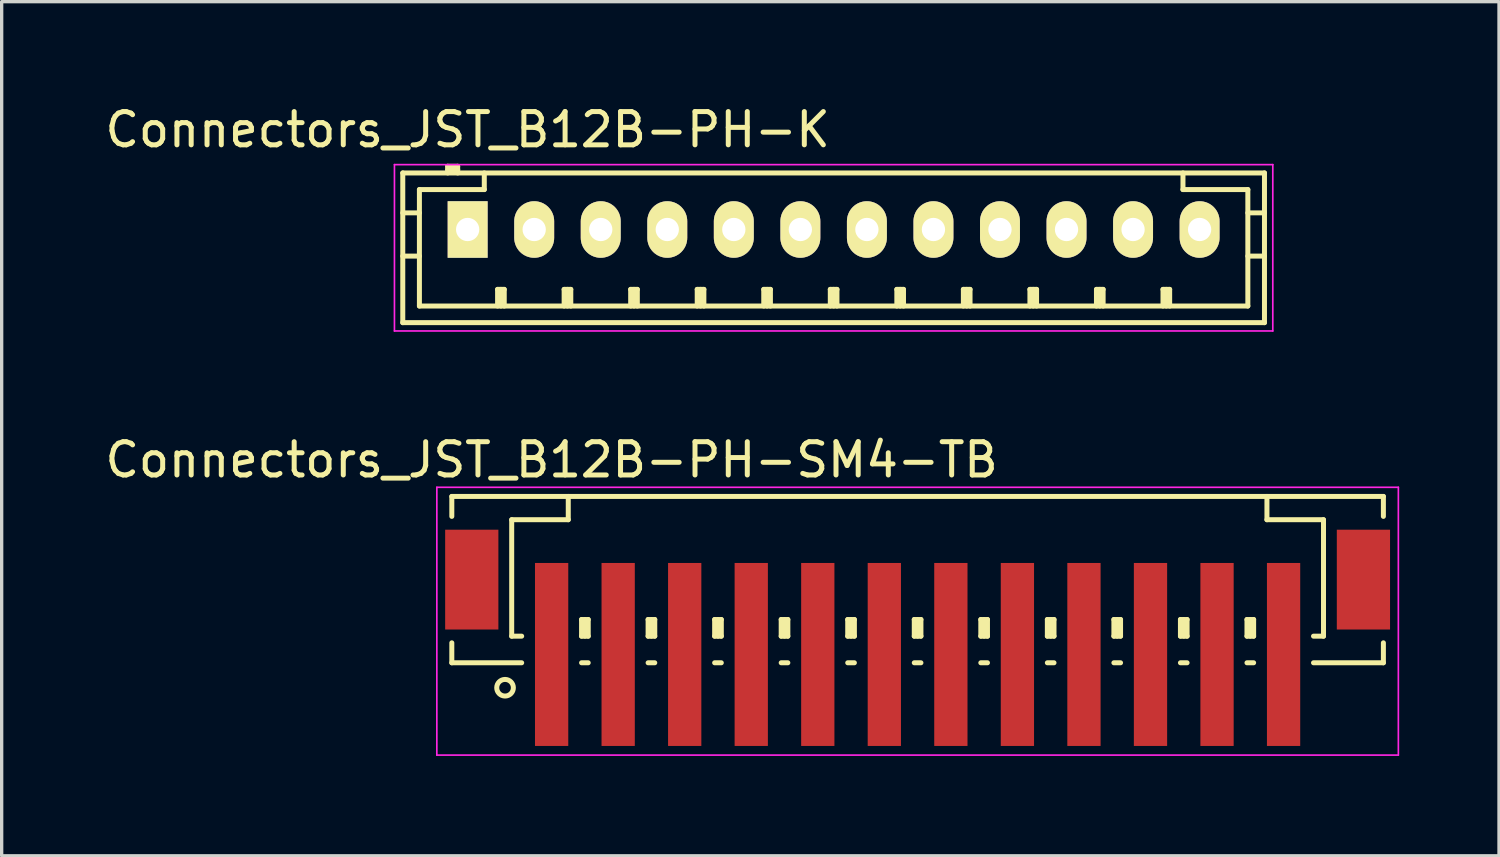
<source format=kicad_pcb>
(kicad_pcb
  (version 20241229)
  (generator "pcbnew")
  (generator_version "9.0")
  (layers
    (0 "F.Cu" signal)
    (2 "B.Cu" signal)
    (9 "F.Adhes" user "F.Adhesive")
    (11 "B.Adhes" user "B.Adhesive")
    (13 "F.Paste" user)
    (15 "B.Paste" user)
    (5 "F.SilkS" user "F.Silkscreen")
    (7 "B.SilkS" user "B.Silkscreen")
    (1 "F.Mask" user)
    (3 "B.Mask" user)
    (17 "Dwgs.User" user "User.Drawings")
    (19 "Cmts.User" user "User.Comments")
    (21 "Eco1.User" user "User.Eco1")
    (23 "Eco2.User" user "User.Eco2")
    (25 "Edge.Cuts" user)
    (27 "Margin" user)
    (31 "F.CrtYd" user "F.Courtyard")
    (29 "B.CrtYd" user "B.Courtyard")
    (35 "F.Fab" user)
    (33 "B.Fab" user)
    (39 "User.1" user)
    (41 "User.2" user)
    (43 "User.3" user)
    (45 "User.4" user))
  (footprint "Connectors_JST_B12B-PH-K"
    (layer "F.Cu")
    (at 11.006 3.848)
    (property "Reference" "Connectors_JST_B12B-PH-K" (at 0 -3 0) (layer "F.SilkS") (effects (font (size 1 1) (thickness 0.15))))
    (attr through_hole)
    (fp_line (start -1.95 -1.7) (end 23.95 -1.7) (stroke (width 0.15) (type solid)) (layer "F.SilkS"))
    (fp_line (start -1.95 -0.5) (end -1.45 -0.5) (stroke (width 0.15) (type solid)) (layer "F.SilkS"))
    (fp_line (start -1.95 0.8) (end -1.45 0.8) (stroke (width 0.15) (type solid)) (layer "F.SilkS"))
    (fp_line (start -1.95 2.8) (end -1.95 -1.7) (stroke (width 0.15) (type solid)) (layer "F.SilkS"))
    (fp_line (start -1.45 -1.2) (end -1.45 2.3) (stroke (width 0.15) (type solid)) (layer "F.SilkS"))
    (fp_line (start -1.45 2.3) (end 23.45 2.3) (stroke (width 0.15) (type solid)) (layer "F.SilkS"))
    (fp_line (start -0.6 -1.9) (end -0.6 -1.7) (stroke (width 0.15) (type solid)) (layer "F.SilkS"))
    (fp_line (start -0.3 -1.9) (end -0.6 -1.9) (stroke (width 0.15) (type solid)) (layer "F.SilkS"))
    (fp_line (start -0.3 -1.8) (end -0.6 -1.8) (stroke (width 0.15) (type solid)) (layer "F.SilkS"))
    (fp_line (start -0.3 -1.7) (end -0.3 -1.9) (stroke (width 0.15) (type solid)) (layer "F.SilkS"))
    (fp_line (start 0.5 -1.7) (end 0.5 -1.2) (stroke (width 0.15) (type solid)) (layer "F.SilkS"))
    (fp_line (start 0.5 -1.2) (end -1.45 -1.2) (stroke (width 0.15) (type solid)) (layer "F.SilkS"))
    (fp_line (start 0.9 1.8) (end 1.1 1.8) (stroke (width 0.15) (type solid)) (layer "F.SilkS"))
    (fp_line (start 0.9 2.3) (end 0.9 1.8) (stroke (width 0.15) (type solid)) (layer "F.SilkS"))
    (fp_line (start 1 2.3) (end 1 1.8) (stroke (width 0.15) (type solid)) (layer "F.SilkS"))
    (fp_line (start 1.1 1.8) (end 1.1 2.3) (stroke (width 0.15) (type solid)) (layer "F.SilkS"))
    (fp_line (start 2.9 1.8) (end 3.1 1.8) (stroke (width 0.15) (type solid)) (layer "F.SilkS"))
    (fp_line (start 2.9 2.3) (end 2.9 1.8) (stroke (width 0.15) (type solid)) (layer "F.SilkS"))
    (fp_line (start 3 2.3) (end 3 1.8) (stroke (width 0.15) (type solid)) (layer "F.SilkS"))
    (fp_line (start 3.1 1.8) (end 3.1 2.3) (stroke (width 0.15) (type solid)) (layer "F.SilkS"))
    (fp_line (start 4.9 1.8) (end 5.1 1.8) (stroke (width 0.15) (type solid)) (layer "F.SilkS"))
    (fp_line (start 4.9 2.3) (end 4.9 1.8) (stroke (width 0.15) (type solid)) (layer "F.SilkS"))
    (fp_line (start 5 2.3) (end 5 1.8) (stroke (width 0.15) (type solid)) (layer "F.SilkS"))
    (fp_line (start 5.1 1.8) (end 5.1 2.3) (stroke (width 0.15) (type solid)) (layer "F.SilkS"))
    (fp_line (start 6.9 1.8) (end 7.1 1.8) (stroke (width 0.15) (type solid)) (layer "F.SilkS"))
    (fp_line (start 6.9 2.3) (end 6.9 1.8) (stroke (width 0.15) (type solid)) (layer "F.SilkS"))
    (fp_line (start 7 2.3) (end 7 1.8) (stroke (width 0.15) (type solid)) (layer "F.SilkS"))
    (fp_line (start 7.1 1.8) (end 7.1 2.3) (stroke (width 0.15) (type solid)) (layer "F.SilkS"))
    (fp_line (start 8.9 1.8) (end 9.1 1.8) (stroke (width 0.15) (type solid)) (layer "F.SilkS"))
    (fp_line (start 8.9 2.3) (end 8.9 1.8) (stroke (width 0.15) (type solid)) (layer "F.SilkS"))
    (fp_line (start 9 2.3) (end 9 1.8) (stroke (width 0.15) (type solid)) (layer "F.SilkS"))
    (fp_line (start 9.1 1.8) (end 9.1 2.3) (stroke (width 0.15) (type solid)) (layer "F.SilkS"))
    (fp_line (start 10.9 1.8) (end 11.1 1.8) (stroke (width 0.15) (type solid)) (layer "F.SilkS"))
    (fp_line (start 10.9 2.3) (end 10.9 1.8) (stroke (width 0.15) (type solid)) (layer "F.SilkS"))
    (fp_line (start 11 2.3) (end 11 1.8) (stroke (width 0.15) (type solid)) (layer "F.SilkS"))
    (fp_line (start 11.1 1.8) (end 11.1 2.3) (stroke (width 0.15) (type solid)) (layer "F.SilkS"))
    (fp_line (start 12.9 1.8) (end 13.1 1.8) (stroke (width 0.15) (type solid)) (layer "F.SilkS"))
    (fp_line (start 12.9 2.3) (end 12.9 1.8) (stroke (width 0.15) (type solid)) (layer "F.SilkS"))
    (fp_line (start 13 2.3) (end 13 1.8) (stroke (width 0.15) (type solid)) (layer "F.SilkS"))
    (fp_line (start 13.1 1.8) (end 13.1 2.3) (stroke (width 0.15) (type solid)) (layer "F.SilkS"))
    (fp_line (start 14.9 1.8) (end 15.1 1.8) (stroke (width 0.15) (type solid)) (layer "F.SilkS"))
    (fp_line (start 14.9 2.3) (end 14.9 1.8) (stroke (width 0.15) (type solid)) (layer "F.SilkS"))
    (fp_line (start 15 2.3) (end 15 1.8) (stroke (width 0.15) (type solid)) (layer "F.SilkS"))
    (fp_line (start 15.1 1.8) (end 15.1 2.3) (stroke (width 0.15) (type solid)) (layer "F.SilkS"))
    (fp_line (start 16.9 1.8) (end 17.1 1.8) (stroke (width 0.15) (type solid)) (layer "F.SilkS"))
    (fp_line (start 16.9 2.3) (end 16.9 1.8) (stroke (width 0.15) (type solid)) (layer "F.SilkS"))
    (fp_line (start 17 2.3) (end 17 1.8) (stroke (width 0.15) (type solid)) (layer "F.SilkS"))
    (fp_line (start 17.1 1.8) (end 17.1 2.3) (stroke (width 0.15) (type solid)) (layer "F.SilkS"))
    (fp_line (start 18.9 1.8) (end 19.1 1.8) (stroke (width 0.15) (type solid)) (layer "F.SilkS"))
    (fp_line (start 18.9 2.3) (end 18.9 1.8) (stroke (width 0.15) (type solid)) (layer "F.SilkS"))
    (fp_line (start 19 2.3) (end 19 1.8) (stroke (width 0.15) (type solid)) (layer "F.SilkS"))
    (fp_line (start 19.1 1.8) (end 19.1 2.3) (stroke (width 0.15) (type solid)) (layer "F.SilkS"))
    (fp_line (start 20.9 1.8) (end 21.1 1.8) (stroke (width 0.15) (type solid)) (layer "F.SilkS"))
    (fp_line (start 20.9 2.3) (end 20.9 1.8) (stroke (width 0.15) (type solid)) (layer "F.SilkS"))
    (fp_line (start 21 2.3) (end 21 1.8) (stroke (width 0.15) (type solid)) (layer "F.SilkS"))
    (fp_line (start 21.1 1.8) (end 21.1 2.3) (stroke (width 0.15) (type solid)) (layer "F.SilkS"))
    (fp_line (start 21.5 -1.2) (end 21.5 -1.7) (stroke (width 0.15) (type solid)) (layer "F.SilkS"))
    (fp_line (start 23.45 -1.2) (end 21.5 -1.2) (stroke (width 0.15) (type solid)) (layer "F.SilkS"))
    (fp_line (start 23.45 -0.5) (end 23.95 -0.5) (stroke (width 0.15) (type solid)) (layer "F.SilkS"))
    (fp_line (start 23.45 0.8) (end 23.95 0.8) (stroke (width 0.15) (type solid)) (layer "F.SilkS"))
    (fp_line (start 23.45 2.3) (end 23.45 -1.2) (stroke (width 0.15) (type solid)) (layer "F.SilkS"))
    (fp_line (start 23.95 -1.7) (end 23.95 2.8) (stroke (width 0.15) (type solid)) (layer "F.SilkS"))
    (fp_line (start 23.95 2.8) (end -1.95 2.8) (stroke (width 0.15) (type solid)) (layer "F.SilkS"))
    (fp_line (start -2.2 -1.95) (end 24.2 -1.95) (stroke (width 0.05) (type solid)) (layer "F.CrtYd"))
    (fp_line (start -2.2 3.05) (end -2.2 -1.95) (stroke (width 0.05) (type solid)) (layer "F.CrtYd"))
    (fp_line (start 24.2 -1.95) (end 24.2 3.05) (stroke (width 0.05) (type solid)) (layer "F.CrtYd"))
    (fp_line (start 24.2 3.05) (end -2.2 3.05) (stroke (width 0.05) (type solid)) (layer "F.CrtYd"))
    (pad "1" thru_hole rect (at 0 0) (size 1.2 1.7) (drill 0.7) (layers "*.Cu" "*.Mask" "F.SilkS"))
    (pad "2" thru_hole oval (at 2 0) (size 1.2 1.7) (drill 0.7) (layers "*.Cu" "*.Mask" "F.SilkS"))
    (pad "3" thru_hole oval (at 4 0) (size 1.2 1.7) (drill 0.7) (layers "*.Cu" "*.Mask" "F.SilkS"))
    (pad "4" thru_hole oval (at 6 0) (size 1.2 1.7) (drill 0.7) (layers "*.Cu" "*.Mask" "F.SilkS"))
    (pad "5" thru_hole oval (at 8 0) (size 1.2 1.7) (drill 0.7) (layers "*.Cu" "*.Mask" "F.SilkS"))
    (pad "6" thru_hole oval (at 10 0) (size 1.2 1.7) (drill 0.7) (layers "*.Cu" "*.Mask" "F.SilkS"))
    (pad "7" thru_hole oval (at 12 0) (size 1.2 1.7) (drill 0.7) (layers "*.Cu" "*.Mask" "F.SilkS"))
    (pad "8" thru_hole oval (at 14 0) (size 1.2 1.7) (drill 0.7) (layers "*.Cu" "*.Mask" "F.SilkS"))
    (pad "9" thru_hole oval (at 16 0) (size 1.2 1.7) (drill 0.7) (layers "*.Cu" "*.Mask" "F.SilkS"))
    (pad "10" thru_hole oval (at 18 0) (size 1.2 1.7) (drill 0.7) (layers "*.Cu" "*.Mask" "F.SilkS"))
    (pad "11" thru_hole oval (at 20 0) (size 1.2 1.7) (drill 0.7) (layers "*.Cu" "*.Mask" "F.SilkS"))
    (pad "12" thru_hole oval (at 22 0) (size 1.2 1.7) (drill 0.7) (layers "*.Cu" "*.Mask" "F.SilkS")))
  (footprint "Connectors_JST_B12B-PH-SM4-TB"
    (layer "F.Cu")
    (at 24.53 15.496)
    (property "Reference" "Connectors_JST_B12B-PH-SM4-TB" (at -11 -4.725 0) (layer "F.SilkS") (effects (font (size 1 1) (thickness 0.15))))
    (attr smd)
    (fp_line (start -14 -3.625) (end 14 -3.625) (stroke (width 0.15) (type solid)) (layer "F.SilkS"))
    (fp_line (start -14 -3.025) (end -14 -3.625) (stroke (width 0.15) (type solid)) (layer "F.SilkS"))
    (fp_line (start -14 0.775) (end -14 1.375) (stroke (width 0.15) (type solid)) (layer "F.SilkS"))
    (fp_line (start -14 1.375) (end -11.9 1.375) (stroke (width 0.15) (type solid)) (layer "F.SilkS"))
    (fp_line (start -12.2 -2.925) (end -12.2 0.575) (stroke (width 0.15) (type solid)) (layer "F.SilkS"))
    (fp_line (start -12.2 0.575) (end -11.9 0.575) (stroke (width 0.15) (type solid)) (layer "F.SilkS"))
    (fp_line (start -10.5 -3.625) (end -10.5 -2.925) (stroke (width 0.15) (type solid)) (layer "F.SilkS"))
    (fp_line (start -10.5 -2.925) (end -12.2 -2.925) (stroke (width 0.15) (type solid)) (layer "F.SilkS"))
    (fp_line (start -10.1 0.075) (end -9.9 0.075) (stroke (width 0.15) (type solid)) (layer "F.SilkS"))
    (fp_line (start -10.1 0.575) (end -10.1 0.075) (stroke (width 0.15) (type solid)) (layer "F.SilkS"))
    (fp_line (start -10.1 0.575) (end -9.9 0.575) (stroke (width 0.15) (type solid)) (layer "F.SilkS"))
    (fp_line (start -10.1 1.375) (end -9.9 1.375) (stroke (width 0.15) (type solid)) (layer "F.SilkS"))
    (fp_line (start -10 0.575) (end -10 0.075) (stroke (width 0.15) (type solid)) (layer "F.SilkS"))
    (fp_line (start -9.9 0.075) (end -9.9 0.575) (stroke (width 0.15) (type solid)) (layer "F.SilkS"))
    (fp_line (start -8.1 0.075) (end -7.9 0.075) (stroke (width 0.15) (type solid)) (layer "F.SilkS"))
    (fp_line (start -8.1 0.575) (end -8.1 0.075) (stroke (width 0.15) (type solid)) (layer "F.SilkS"))
    (fp_line (start -8.1 0.575) (end -7.9 0.575) (stroke (width 0.15) (type solid)) (layer "F.SilkS"))
    (fp_line (start -8.1 1.375) (end -7.9 1.375) (stroke (width 0.15) (type solid)) (layer "F.SilkS"))
    (fp_line (start -8 0.575) (end -8 0.075) (stroke (width 0.15) (type solid)) (layer "F.SilkS"))
    (fp_line (start -7.9 0.075) (end -7.9 0.575) (stroke (width 0.15) (type solid)) (layer "F.SilkS"))
    (fp_line (start -6.1 0.075) (end -5.9 0.075) (stroke (width 0.15) (type solid)) (layer "F.SilkS"))
    (fp_line (start -6.1 0.575) (end -6.1 0.075) (stroke (width 0.15) (type solid)) (layer "F.SilkS"))
    (fp_line (start -6.1 0.575) (end -5.9 0.575) (stroke (width 0.15) (type solid)) (layer "F.SilkS"))
    (fp_line (start -6.1 1.375) (end -5.9 1.375) (stroke (width 0.15) (type solid)) (layer "F.SilkS"))
    (fp_line (start -6 0.575) (end -6 0.075) (stroke (width 0.15) (type solid)) (layer "F.SilkS"))
    (fp_line (start -5.9 0.075) (end -5.9 0.575) (stroke (width 0.15) (type solid)) (layer "F.SilkS"))
    (fp_line (start -4.1 0.075) (end -3.9 0.075) (stroke (width 0.15) (type solid)) (layer "F.SilkS"))
    (fp_line (start -4.1 0.575) (end -4.1 0.075) (stroke (width 0.15) (type solid)) (layer "F.SilkS"))
    (fp_line (start -4.1 0.575) (end -3.9 0.575) (stroke (width 0.15) (type solid)) (layer "F.SilkS"))
    (fp_line (start -4.1 1.375) (end -3.9 1.375) (stroke (width 0.15) (type solid)) (layer "F.SilkS"))
    (fp_line (start -4 0.575) (end -4 0.075) (stroke (width 0.15) (type solid)) (layer "F.SilkS"))
    (fp_line (start -3.9 0.075) (end -3.9 0.575) (stroke (width 0.15) (type solid)) (layer "F.SilkS"))
    (fp_line (start -2.1 0.075) (end -1.9 0.075) (stroke (width 0.15) (type solid)) (layer "F.SilkS"))
    (fp_line (start -2.1 0.575) (end -2.1 0.075) (stroke (width 0.15) (type solid)) (layer "F.SilkS"))
    (fp_line (start -2.1 0.575) (end -1.9 0.575) (stroke (width 0.15) (type solid)) (layer "F.SilkS"))
    (fp_line (start -2.1 1.375) (end -1.9 1.375) (stroke (width 0.15) (type solid)) (layer "F.SilkS"))
    (fp_line (start -2 0.575) (end -2 0.075) (stroke (width 0.15) (type solid)) (layer "F.SilkS"))
    (fp_line (start -1.9 0.075) (end -1.9 0.575) (stroke (width 0.15) (type solid)) (layer "F.SilkS"))
    (fp_line (start -0.1 0.075) (end 0.1 0.075) (stroke (width 0.15) (type solid)) (layer "F.SilkS"))
    (fp_line (start -0.1 0.575) (end -0.1 0.075) (stroke (width 0.15) (type solid)) (layer "F.SilkS"))
    (fp_line (start -0.1 0.575) (end 0.1 0.575) (stroke (width 0.15) (type solid)) (layer "F.SilkS"))
    (fp_line (start -0.1 1.375) (end 0.1 1.375) (stroke (width 0.15) (type solid)) (layer "F.SilkS"))
    (fp_line (start 0 0.575) (end 0 0.075) (stroke (width 0.15) (type solid)) (layer "F.SilkS"))
    (fp_line (start 0.1 0.075) (end 0.1 0.575) (stroke (width 0.15) (type solid)) (layer "F.SilkS"))
    (fp_line (start 1.9 0.075) (end 2.1 0.075) (stroke (width 0.15) (type solid)) (layer "F.SilkS"))
    (fp_line (start 1.9 0.575) (end 1.9 0.075) (stroke (width 0.15) (type solid)) (layer "F.SilkS"))
    (fp_line (start 1.9 0.575) (end 2.1 0.575) (stroke (width 0.15) (type solid)) (layer "F.SilkS"))
    (fp_line (start 1.9 1.375) (end 2.1 1.375) (stroke (width 0.15) (type solid)) (layer "F.SilkS"))
    (fp_line (start 2 0.575) (end 2 0.075) (stroke (width 0.15) (type solid)) (layer "F.SilkS"))
    (fp_line (start 2.1 0.075) (end 2.1 0.575) (stroke (width 0.15) (type solid)) (layer "F.SilkS"))
    (fp_line (start 3.9 0.075) (end 4.1 0.075) (stroke (width 0.15) (type solid)) (layer "F.SilkS"))
    (fp_line (start 3.9 0.575) (end 3.9 0.075) (stroke (width 0.15) (type solid)) (layer "F.SilkS"))
    (fp_line (start 3.9 0.575) (end 4.1 0.575) (stroke (width 0.15) (type solid)) (layer "F.SilkS"))
    (fp_line (start 3.9 1.375) (end 4.1 1.375) (stroke (width 0.15) (type solid)) (layer "F.SilkS"))
    (fp_line (start 4 0.575) (end 4 0.075) (stroke (width 0.15) (type solid)) (layer "F.SilkS"))
    (fp_line (start 4.1 0.075) (end 4.1 0.575) (stroke (width 0.15) (type solid)) (layer "F.SilkS"))
    (fp_line (start 5.9 0.075) (end 6.1 0.075) (stroke (width 0.15) (type solid)) (layer "F.SilkS"))
    (fp_line (start 5.9 0.575) (end 5.9 0.075) (stroke (width 0.15) (type solid)) (layer "F.SilkS"))
    (fp_line (start 5.9 0.575) (end 6.1 0.575) (stroke (width 0.15) (type solid)) (layer "F.SilkS"))
    (fp_line (start 5.9 1.375) (end 6.1 1.375) (stroke (width 0.15) (type solid)) (layer "F.SilkS"))
    (fp_line (start 6 0.575) (end 6 0.075) (stroke (width 0.15) (type solid)) (layer "F.SilkS"))
    (fp_line (start 6.1 0.075) (end 6.1 0.575) (stroke (width 0.15) (type solid)) (layer "F.SilkS"))
    (fp_line (start 7.9 0.075) (end 8.1 0.075) (stroke (width 0.15) (type solid)) (layer "F.SilkS"))
    (fp_line (start 7.9 0.575) (end 7.9 0.075) (stroke (width 0.15) (type solid)) (layer "F.SilkS"))
    (fp_line (start 7.9 0.575) (end 8.1 0.575) (stroke (width 0.15) (type solid)) (layer "F.SilkS"))
    (fp_line (start 7.9 1.375) (end 8.1 1.375) (stroke (width 0.15) (type solid)) (layer "F.SilkS"))
    (fp_line (start 8 0.575) (end 8 0.075) (stroke (width 0.15) (type solid)) (layer "F.SilkS"))
    (fp_line (start 8.1 0.075) (end 8.1 0.575) (stroke (width 0.15) (type solid)) (layer "F.SilkS"))
    (fp_line (start 9.9 0.075) (end 10.1 0.075) (stroke (width 0.15) (type solid)) (layer "F.SilkS"))
    (fp_line (start 9.9 0.575) (end 9.9 0.075) (stroke (width 0.15) (type solid)) (layer "F.SilkS"))
    (fp_line (start 9.9 0.575) (end 10.1 0.575) (stroke (width 0.15) (type solid)) (layer "F.SilkS"))
    (fp_line (start 9.9 1.375) (end 10.1 1.375) (stroke (width 0.15) (type solid)) (layer "F.SilkS"))
    (fp_line (start 10 0.575) (end 10 0.075) (stroke (width 0.15) (type solid)) (layer "F.SilkS"))
    (fp_line (start 10.1 0.075) (end 10.1 0.575) (stroke (width 0.15) (type solid)) (layer "F.SilkS"))
    (fp_line (start 10.5 -3.625) (end 10.5 -2.925) (stroke (width 0.15) (type solid)) (layer "F.SilkS"))
    (fp_line (start 10.5 -2.925) (end 12.2 -2.925) (stroke (width 0.15) (type solid)) (layer "F.SilkS"))
    (fp_line (start 12.2 -2.925) (end 12.2 0.575) (stroke (width 0.15) (type solid)) (layer "F.SilkS"))
    (fp_line (start 12.2 0.575) (end 11.9 0.575) (stroke (width 0.15) (type solid)) (layer "F.SilkS"))
    (fp_line (start 14 -3.625) (end 14 -3.025) (stroke (width 0.15) (type solid)) (layer "F.SilkS"))
    (fp_line (start 14 0.775) (end 14 1.375) (stroke (width 0.15) (type solid)) (layer "F.SilkS"))
    (fp_line (start 14 1.375) (end 11.9 1.375) (stroke (width 0.15) (type solid)) (layer "F.SilkS"))
    (fp_circle (center -12.4 2.125) (end -12.15 2.125) (stroke (width 0.15) (type solid)) (fill no) (layer "F.SilkS"))
    (fp_line (start -14.45 -3.9) (end 14.45 -3.9) (stroke (width 0.05) (type solid)) (layer "F.CrtYd"))
    (fp_line (start -14.45 4.15) (end -14.45 -3.9) (stroke (width 0.05) (type solid)) (layer "F.CrtYd"))
    (fp_line (start 14.45 -3.9) (end 14.45 4.15) (stroke (width 0.05) (type solid)) (layer "F.CrtYd"))
    (fp_line (start 14.45 4.15) (end -14.45 4.15) (stroke (width 0.05) (type solid)) (layer "F.CrtYd"))
    (pad "" smd rect (at -13.4 -1.125) (size 1.6 3) (layers "F.Cu" "F.Mask" "F.Paste"))
    (pad "" smd rect (at 13.4 -1.125) (size 1.6 3) (layers "F.Cu" "F.Mask" "F.Paste"))
    (pad "1" smd rect (at -11 1.125) (size 1 5.5) (layers "F.Cu" "F.Mask" "F.Paste"))
    (pad "2" smd rect (at -9 1.125) (size 1 5.5) (layers "F.Cu" "F.Mask" "F.Paste"))
    (pad "3" smd rect (at -7 1.125) (size 1 5.5) (layers "F.Cu" "F.Mask" "F.Paste"))
    (pad "4" smd rect (at -5 1.125) (size 1 5.5) (layers "F.Cu" "F.Mask" "F.Paste"))
    (pad "5" smd rect (at -3 1.125) (size 1 5.5) (layers "F.Cu" "F.Mask" "F.Paste"))
    (pad "6" smd rect (at -1 1.125) (size 1 5.5) (layers "F.Cu" "F.Mask" "F.Paste"))
    (pad "7" smd rect (at 1 1.125) (size 1 5.5) (layers "F.Cu" "F.Mask" "F.Paste"))
    (pad "8" smd rect (at 3 1.125) (size 1 5.5) (layers "F.Cu" "F.Mask" "F.Paste"))
    (pad "9" smd rect (at 5 1.125) (size 1 5.5) (layers "F.Cu" "F.Mask" "F.Paste"))
    (pad "10" smd rect (at 7 1.125) (size 1 5.5) (layers "F.Cu" "F.Mask" "F.Paste"))
    (pad "11" smd rect (at 9 1.125) (size 1 5.5) (layers "F.Cu" "F.Mask" "F.Paste"))
    (pad "12" smd rect (at 11 1.125) (size 1 5.5) (layers "F.Cu" "F.Mask" "F.Paste")))
  (gr_rect
    (start -3 -3)
    (end 42.005 22.672)
    (stroke (width 0.1) (type default))
    (fill no)
    (layer "Edge.Cuts")))
</source>
